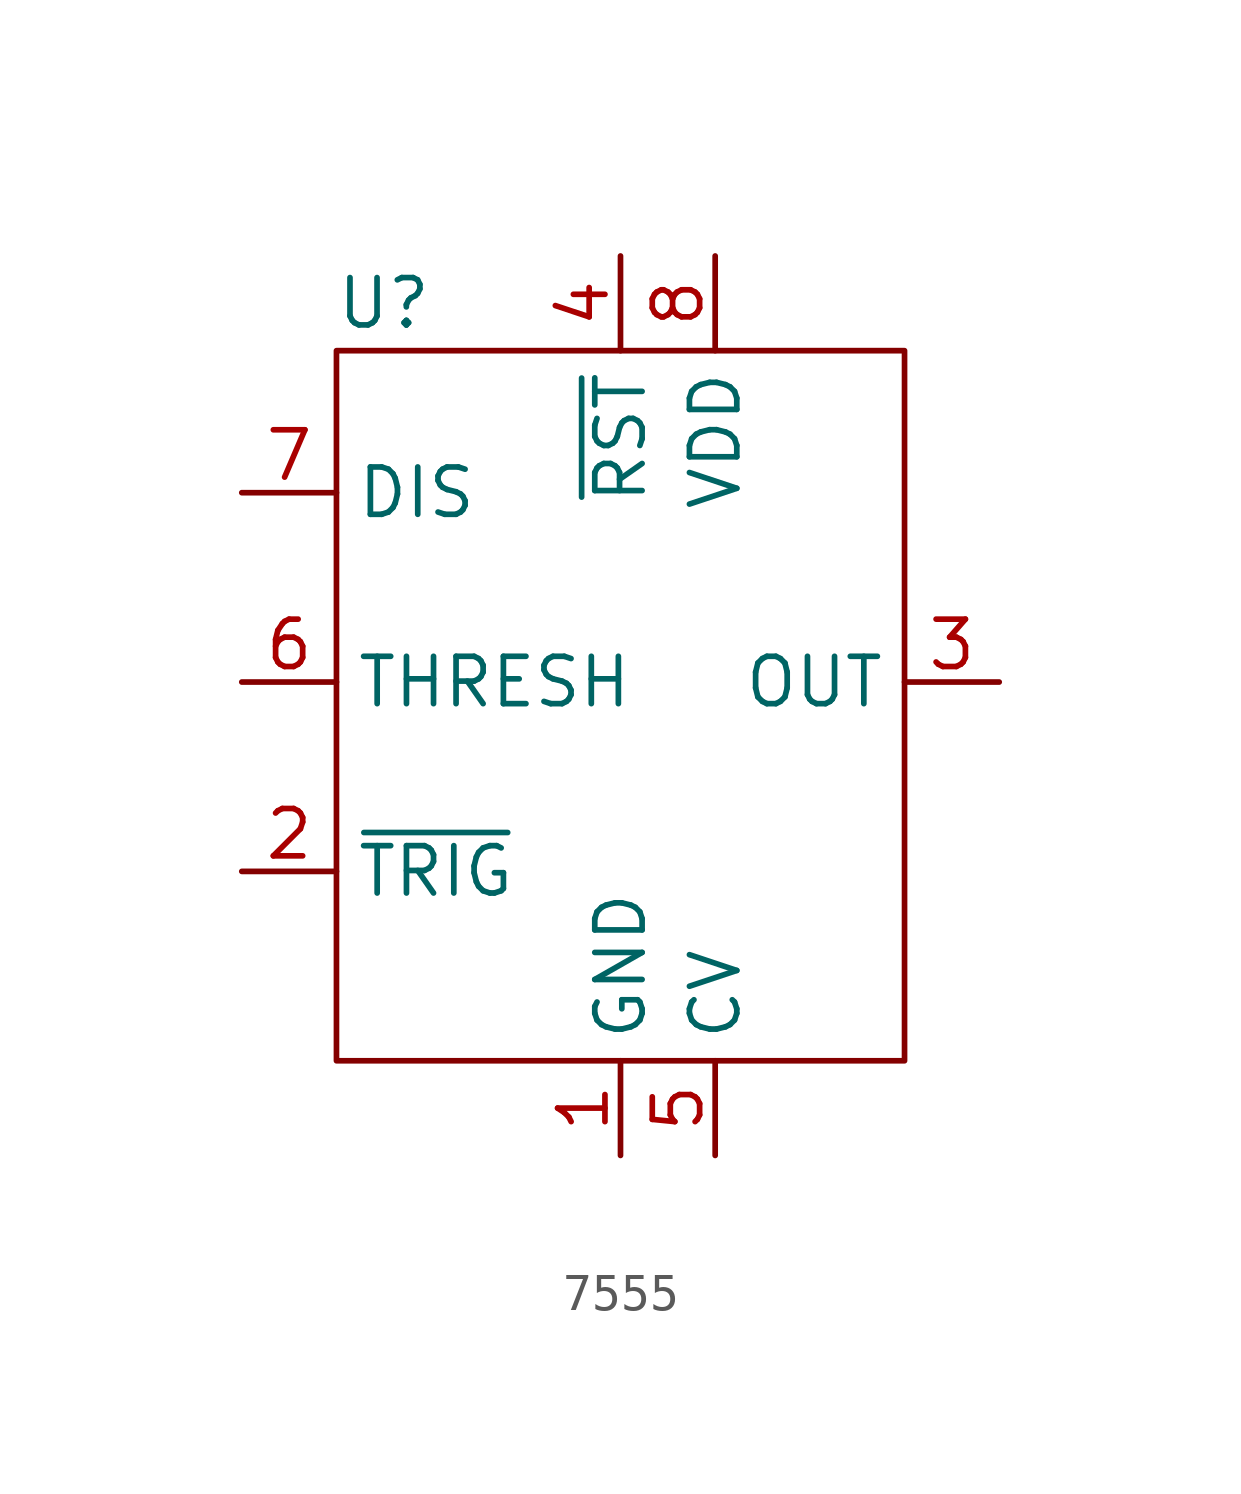
<source format=kicad_sym>
(kicad_symbol_lib
  (version 20220914)
  (generator kicad_symbol_editor)
  (symbol "7555"
    (property "Reference" "U"
      (at -6.35 10.16 0)
      (effects (font (size 1.27 1.27))))
    (property "Value" ""
      (at 0 0 0)
      (effects (font (size 1.27 1.27))))
    (symbol "7555_0_1"
      (rectangle (start -7.62 8.89) (end 7.62 -10.16) (stroke (width 0) (type default)) (fill (type none))))
    (symbol "7555_1_1"
      (pin input line (at 0 -12.7 90) (length 2.54) (name "GND" (effects (font (size 1.27 1.27)))) (number "1" (effects (font (size 1.27 1.27)))))
      (pin input line (at -10.16 -5.08 0) (length 2.54) (name "~{TRIG}" (effects (font (size 1.27 1.27)))) (number "2" (effects (font (size 1.27 1.27)))))
      (pin input line (at 10.16 0 180) (length 2.54) (name "OUT" (effects (font (size 1.27 1.27)))) (number "3" (effects (font (size 1.27 1.27)))))
      (pin input line (at 0 11.43 270) (length 2.54) (name "~{RST}" (effects (font (size 1.27 1.27)))) (number "4" (effects (font (size 1.27 1.27)))))
      (pin input line (at 2.54 -12.7 90) (length 2.54) (name "CV" (effects (font (size 1.27 1.27)))) (number "5" (effects (font (size 1.27 1.27)))))
      (pin input line (at -10.16 0 0) (length 2.54) (name "THRESH" (effects (font (size 1.27 1.27)))) (number "6" (effects (font (size 1.27 1.27)))))
      (pin input line (at -10.16 5.08 0) (length 2.54) (name "DIS" (effects (font (size 1.27 1.27)))) (number "7" (effects (font (size 1.27 1.27)))))
      (pin input line (at 2.54 11.43 270) (length 2.54) (name "VDD" (effects (font (size 1.27 1.27)))) (number "8" (effects (font (size 1.27 1.27))))))))
</source>
